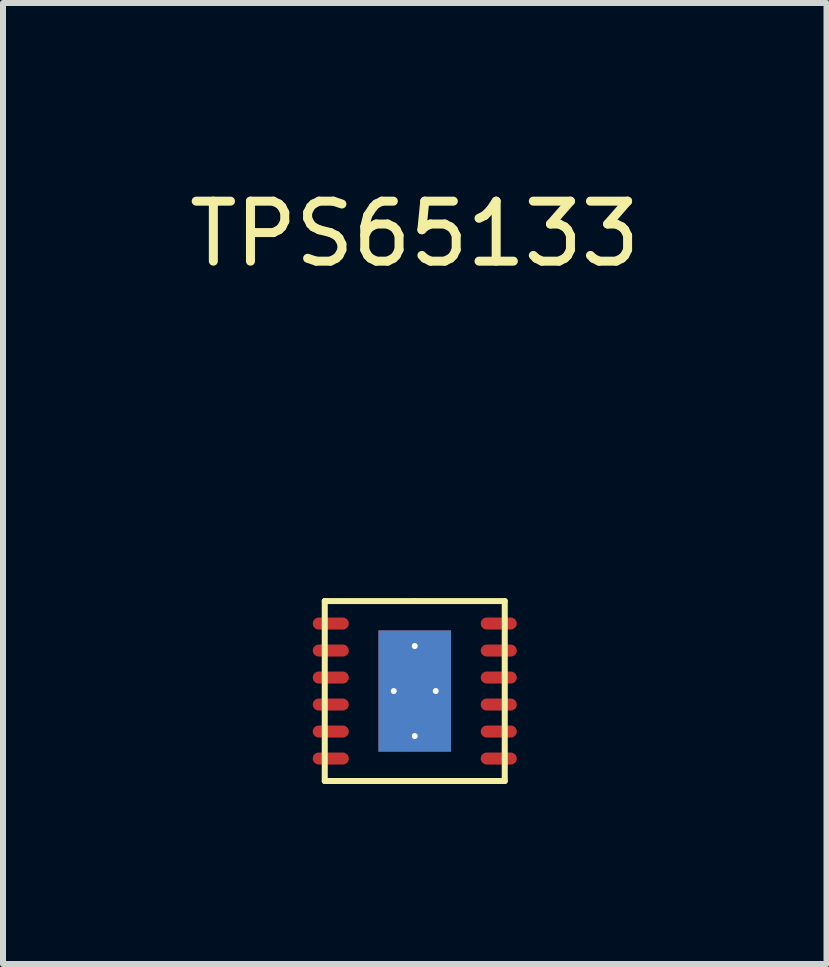
<source format=kicad_pcb>
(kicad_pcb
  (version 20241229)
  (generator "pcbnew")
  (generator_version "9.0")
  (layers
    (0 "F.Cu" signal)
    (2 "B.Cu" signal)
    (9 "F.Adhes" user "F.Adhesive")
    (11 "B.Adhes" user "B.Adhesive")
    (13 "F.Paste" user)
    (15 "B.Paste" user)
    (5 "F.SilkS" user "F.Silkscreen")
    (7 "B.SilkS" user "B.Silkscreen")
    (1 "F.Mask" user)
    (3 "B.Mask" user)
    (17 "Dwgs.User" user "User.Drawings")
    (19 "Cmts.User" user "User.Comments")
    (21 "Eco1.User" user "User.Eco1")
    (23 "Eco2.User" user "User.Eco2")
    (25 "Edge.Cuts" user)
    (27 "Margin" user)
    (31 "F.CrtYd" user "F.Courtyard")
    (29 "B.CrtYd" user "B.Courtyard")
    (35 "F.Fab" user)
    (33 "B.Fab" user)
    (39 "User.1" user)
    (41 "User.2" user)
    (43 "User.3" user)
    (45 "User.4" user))
  (footprint "TPS65133"
    (layer "F.Cu")
    (at 3.863 8.468)
    (property "Reference" "TPS65133" (at 0 -7.62 0) (layer "F.SilkS") (effects (font (size 1 1) (thickness 0.15))))
    (attr through_hole)
    (fp_line (start -1.5 -1.5) (end 0 -1.5) (stroke (width 0.1) (type solid)) (layer "F.SilkS"))
    (fp_line (start -1.5 1.5) (end -1.5 -1.5) (stroke (width 0.1) (type solid)) (layer "F.SilkS"))
    (fp_line (start 0 -1.5) (end 1.5 -1.5) (stroke (width 0.1) (type solid)) (layer "F.SilkS"))
    (fp_line (start 1.5 -1.5) (end 1.5 1.5) (stroke (width 0.1) (type solid)) (layer "F.SilkS"))
    (fp_line (start 1.5 1.5) (end -1.5 1.5) (stroke (width 0.1) (type solid)) (layer "F.SilkS"))
    (pad "1" smd oval (at -1.4 -1.125) (size 0.6 0.2) (layers "F.Cu" "F.Mask" "F.Paste"))
    (pad "2" smd oval (at -1.4 -0.675) (size 0.6 0.2) (layers "F.Cu" "F.Mask" "F.Paste"))
    (pad "3" smd oval (at -1.4 -0.225) (size 0.6 0.2) (layers "F.Cu" "F.Mask" "F.Paste"))
    (pad "4" smd oval (at -1.4 0.225) (size 0.6 0.2) (layers "F.Cu" "F.Mask" "F.Paste"))
    (pad "5" smd oval (at -1.4 0.675) (size 0.6 0.2) (layers "F.Cu" "F.Mask" "F.Paste"))
    (pad "6" smd oval (at -1.4 1.125) (size 0.6 0.2) (layers "F.Cu" "F.Mask" "F.Paste"))
    (pad "7" smd oval (at 1.4 1.125) (size 0.6 0.2) (layers "F.Cu" "F.Mask" "F.Paste"))
    (pad "8" smd oval (at 1.4 0.675) (size 0.6 0.2) (layers "F.Cu" "F.Mask" "F.Paste"))
    (pad "9" smd oval (at 1.4 0.225) (size 0.6 0.2) (layers "F.Cu" "F.Mask" "F.Paste"))
    (pad "10" smd oval (at 1.4 -0.225) (size 0.6 0.2) (layers "F.Cu" "F.Mask" "F.Paste"))
    (pad "11" smd oval (at 1.4 -0.675) (size 0.6 0.2) (layers "F.Cu" "F.Mask" "F.Paste"))
    (pad "12" smd oval (at 1.4 -1.125) (size 0.6 0.2) (layers "F.Cu" "F.Mask" "F.Paste"))
    (pad "13" thru_hole circle (at -0.35 0) (size 0.2 0.2) (drill 0.1) (layers "*.Cu"))
    (pad "13" thru_hole circle (at 0 -0.75) (size 0.2 0.2) (drill 0.1) (layers "*.Cu"))
    (pad "13" smd rect (at 0 0) (size 1.21 2.02) (layers "F.Cu" "F.Mask" "F.Paste"))
    (pad "13" smd rect (at 0 0) (size 1.21 2.02) (layers "B.Cu"))
    (pad "13" thru_hole circle (at 0 0.75) (size 0.2 0.2) (drill 0.1) (layers "*.Cu"))
    (pad "13" thru_hole circle (at 0.35 0) (size 0.2 0.2) (drill 0.1) (layers "*.Cu")))
  (gr_rect
    (start -3 -3)
    (end 10.726 13.018)
    (stroke (width 0.1) (type default))
    (fill no)
    (layer "Edge.Cuts")))
</source>
